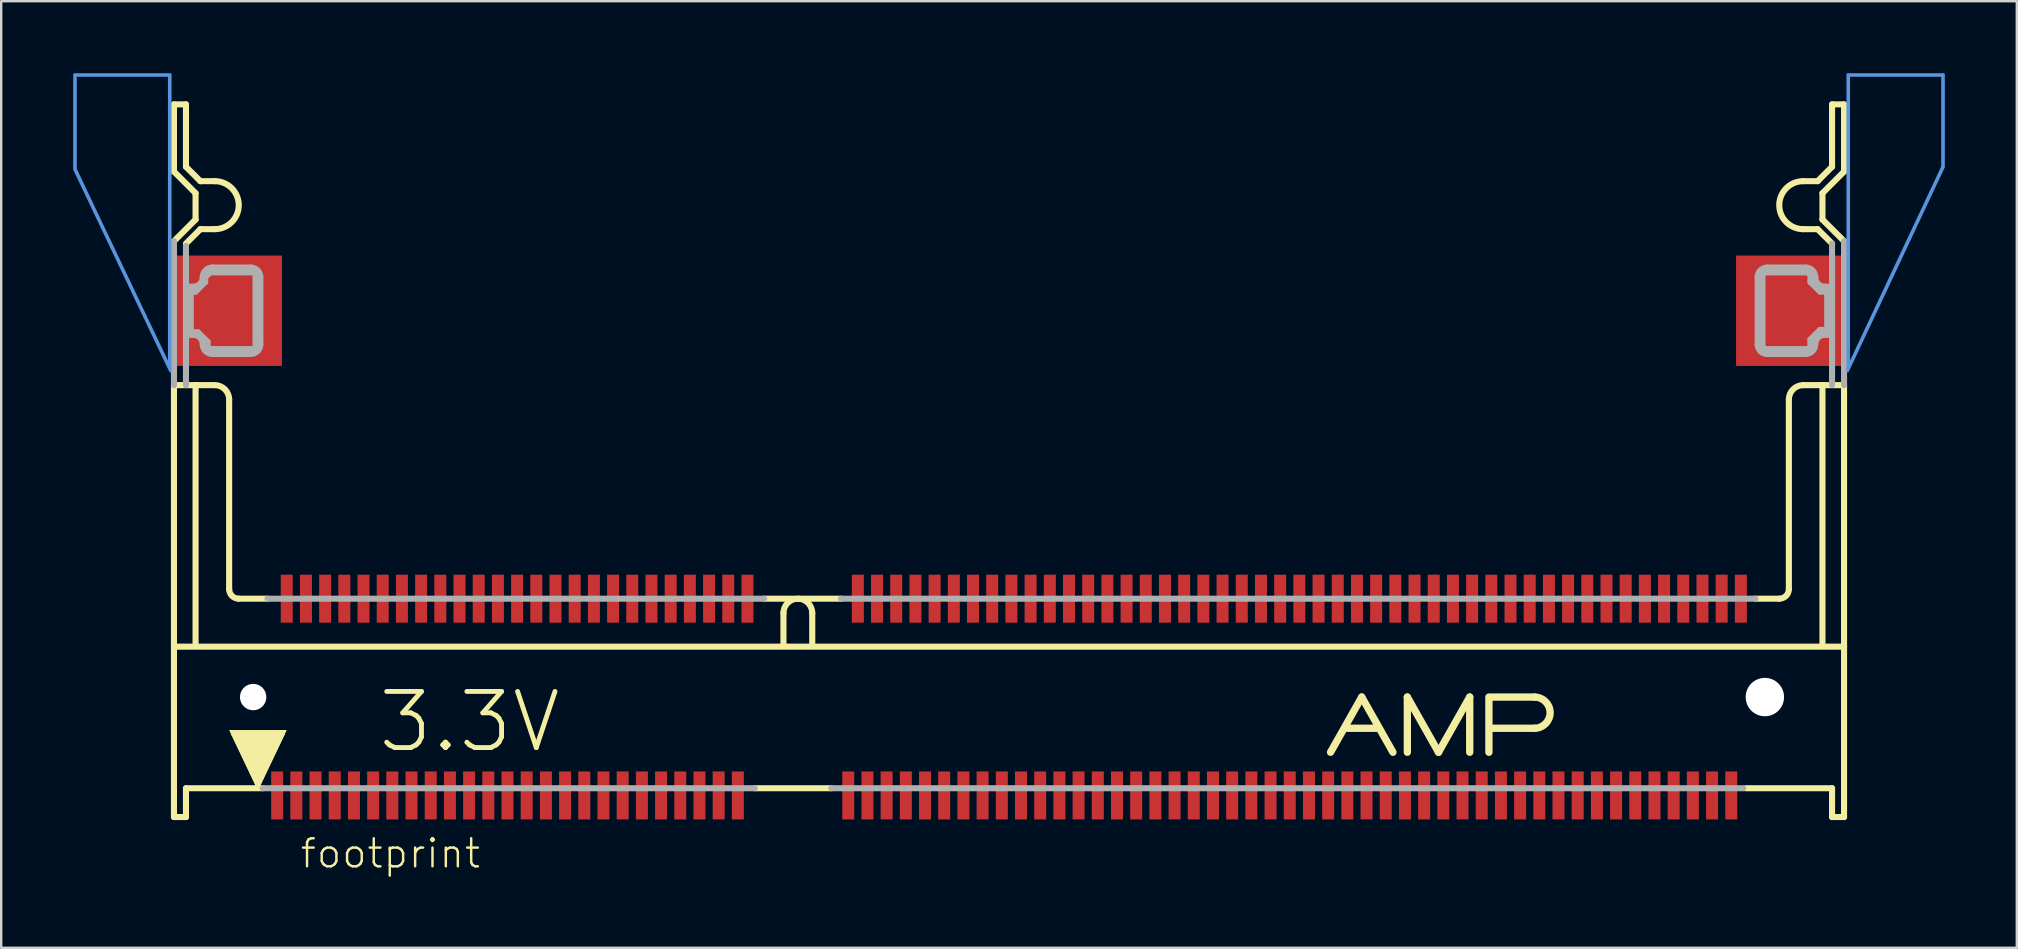
<source format=kicad_pcb>
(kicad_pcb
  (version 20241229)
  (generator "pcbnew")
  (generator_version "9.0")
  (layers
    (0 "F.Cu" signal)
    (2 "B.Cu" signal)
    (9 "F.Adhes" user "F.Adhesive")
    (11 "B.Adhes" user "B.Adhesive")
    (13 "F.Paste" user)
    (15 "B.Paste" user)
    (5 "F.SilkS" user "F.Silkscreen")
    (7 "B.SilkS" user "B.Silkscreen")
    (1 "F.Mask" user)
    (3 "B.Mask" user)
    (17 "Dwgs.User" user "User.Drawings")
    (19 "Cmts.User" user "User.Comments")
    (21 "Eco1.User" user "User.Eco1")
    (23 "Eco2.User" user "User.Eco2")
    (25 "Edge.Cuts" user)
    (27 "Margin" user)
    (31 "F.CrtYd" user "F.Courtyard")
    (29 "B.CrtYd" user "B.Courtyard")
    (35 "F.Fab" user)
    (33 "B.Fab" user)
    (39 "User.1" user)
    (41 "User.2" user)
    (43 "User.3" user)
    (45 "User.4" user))
  (footprint "footprint"
    (layer "F.Cu")
    (at 39 26)
    (property "Reference" "footprint" (at -29.6 7.2 0) (layer "F.SilkS") (effects (font (size 1.168 1.168) (thickness 0.102)) (justify left bottom)))
    (fp_poly (pts (xy -34.8 -13.8) (xy -30.3 -13.8) (xy -30.3 -18.4) (xy -34.8 -18.4)) (stroke (width 0) (type solid)) (fill yes) (layer "F.Cu"))
    (fp_poly (pts (xy 30.3 -13.8) (xy 34.8 -13.8) (xy 34.8 -18.4) (xy 30.3 -18.4)) (stroke (width 0) (type solid)) (fill yes) (layer "F.Cu"))
    (fp_poly (pts (xy -34.9 -13.725) (xy -30.2 -13.725) (xy -30.2 -18.475) (xy -34.9 -18.475)) (stroke (width 0) (type solid)) (fill yes) (layer "F.Mask"))
    (fp_poly (pts (xy 30.225 -13.725) (xy 34.925 -13.725) (xy 34.925 -18.475) (xy 30.225 -18.475)) (stroke (width 0) (type solid)) (fill yes) (layer "F.Mask"))
    (fp_line (start -34.8 -24.7) (end -34.8 -21.9) (stroke (width 0.254) (type solid)) (layer "F.SilkS"))
    (fp_line (start -34.8 -21.9) (end -33.9 -21) (stroke (width 0.254) (type solid)) (layer "F.SilkS"))
    (fp_line (start -34.8 -2.1) (end -34.8 -13) (stroke (width 0.254) (type solid)) (layer "F.SilkS"))
    (fp_line (start -34.8 -2.1) (end 34.8 -2.1) (stroke (width 0.254) (type solid)) (layer "F.SilkS"))
    (fp_line (start -34.8 5) (end -34.8 -2.1) (stroke (width 0.254) (type solid)) (layer "F.SilkS"))
    (fp_line (start -34.3 -24.7) (end -34.8 -24.7) (stroke (width 0.254) (type solid)) (layer "F.SilkS"))
    (fp_line (start -34.3 -22.1) (end -34.3 -24.7) (stroke (width 0.254) (type solid)) (layer "F.SilkS"))
    (fp_line (start -34.3 -22.1) (end -33.7 -21.5) (stroke (width 0.254) (type solid)) (layer "F.SilkS"))
    (fp_line (start -34.3 3.8) (end -34.3 5) (stroke (width 0.254) (type solid)) (layer "F.SilkS"))
    (fp_line (start -34.3 5) (end -34.8 5) (stroke (width 0.254) (type solid)) (layer "F.SilkS"))
    (fp_line (start -33.9 -21) (end -33.9 -19.9) (stroke (width 0.254) (type solid)) (layer "F.SilkS"))
    (fp_line (start -33.9 -19.9) (end -34.8 -19) (stroke (width 0.254) (type solid)) (layer "F.SilkS"))
    (fp_line (start -33.9 -13) (end -34.8 -13) (stroke (width 0.254) (type solid)) (layer "F.SilkS"))
    (fp_line (start -33.9 -13) (end -33.1 -13) (stroke (width 0.254) (type solid)) (layer "F.SilkS"))
    (fp_line (start -33.9 -2.2) (end -33.9 -13) (stroke (width 0.254) (type solid)) (layer "F.SilkS"))
    (fp_line (start -33.7 -19.5) (end -34.3 -18.9) (stroke (width 0.254) (type solid)) (layer "F.SilkS"))
    (fp_line (start -33.1 -21.5) (end -33.7 -21.5) (stroke (width 0.254) (type solid)) (layer "F.SilkS"))
    (fp_line (start -33.1 -19.5) (end -33.7 -19.5) (stroke (width 0.254) (type solid)) (layer "F.SilkS"))
    (fp_line (start -32.5 -12.4) (end -32.5 -4.5) (stroke (width 0.254) (type solid)) (layer "F.SilkS"))
    (fp_line (start -32.3 1.5) (end -30.3 1.5) (stroke (width 0.254) (type solid)) (layer "F.SilkS"))
    (fp_line (start -32.1 -4.1) (end -30.9 -4.1) (stroke (width 0.254) (type solid)) (layer "F.SilkS"))
    (fp_line (start -31.3 3.6) (end -32.3 1.5) (stroke (width 0.254) (type solid)) (layer "F.SilkS"))
    (fp_line (start -31.1 3.8) (end -34.3 3.8) (stroke (width 0.254) (type solid)) (layer "F.SilkS"))
    (fp_line (start -30.3 1.5) (end -31.3 3.6) (stroke (width 0.254) (type solid)) (layer "F.SilkS"))
    (fp_line (start -10.2 -4.1) (end -7 -4.1) (stroke (width 0.254) (type solid)) (layer "F.SilkS"))
    (fp_line (start -9.4 -3.5) (end -9.4 -2.2) (stroke (width 0.254) (type solid)) (layer "F.SilkS"))
    (fp_line (start -8.2 -3.5) (end -8.2 -2.2) (stroke (width 0.254) (type solid)) (layer "F.SilkS"))
    (fp_line (start -7.4 3.8) (end -10.6 3.8) (stroke (width 0.254) (type solid)) (layer "F.SilkS"))
    (fp_line (start 14.1 1.3) (end 15.3 1.3) (stroke (width 0.305) (type solid)) (layer "F.SilkS"))
    (fp_line (start 14.7 0) (end 13.4 2.3) (stroke (width 0.305) (type solid)) (layer "F.SilkS"))
    (fp_line (start 14.7 0) (end 16 2.3) (stroke (width 0.305) (type solid)) (layer "F.SilkS"))
    (fp_line (start 16.6 0) (end 17.9 2.3) (stroke (width 0.305) (type solid)) (layer "F.SilkS"))
    (fp_line (start 16.6 2.3) (end 16.6 0) (stroke (width 0.305) (type solid)) (layer "F.SilkS"))
    (fp_line (start 17.9 2.3) (end 19.2 0) (stroke (width 0.305) (type solid)) (layer "F.SilkS"))
    (fp_line (start 19.2 0) (end 19.2 2.3) (stroke (width 0.305) (type solid)) (layer "F.SilkS"))
    (fp_line (start 20 2.3) (end 20 0) (stroke (width 0.305) (type solid)) (layer "F.SilkS"))
    (fp_line (start 20.1 0) (end 21.9 0) (stroke (width 0.305) (type solid)) (layer "F.SilkS"))
    (fp_line (start 20.1 1.3) (end 21.9 1.3) (stroke (width 0.305) (type solid)) (layer "F.SilkS"))
    (fp_line (start 32.1 -4.1) (end 31.1 -4.1) (stroke (width 0.254) (type solid)) (layer "F.SilkS"))
    (fp_line (start 32.5 -4.5) (end 32.5 -12.4) (stroke (width 0.254) (type solid)) (layer "F.SilkS"))
    (fp_line (start 33.1 -21.5) (end 33.7 -21.5) (stroke (width 0.254) (type solid)) (layer "F.SilkS"))
    (fp_line (start 33.1 -19.5) (end 33.7 -19.5) (stroke (width 0.254) (type solid)) (layer "F.SilkS"))
    (fp_line (start 33.1 -13) (end 33.9 -13) (stroke (width 0.254) (type solid)) (layer "F.SilkS"))
    (fp_line (start 33.7 -19.5) (end 34.3 -18.9) (stroke (width 0.254) (type solid)) (layer "F.SilkS"))
    (fp_line (start 33.9 -21) (end 33.9 -19.9) (stroke (width 0.254) (type solid)) (layer "F.SilkS"))
    (fp_line (start 33.9 -19.9) (end 34.8 -19) (stroke (width 0.254) (type solid)) (layer "F.SilkS"))
    (fp_line (start 33.9 -13) (end 34.8 -13) (stroke (width 0.254) (type solid)) (layer "F.SilkS"))
    (fp_line (start 33.9 -2.2) (end 33.9 -13) (stroke (width 0.254) (type solid)) (layer "F.SilkS"))
    (fp_line (start 34.3 -24.7) (end 34.8 -24.7) (stroke (width 0.254) (type solid)) (layer "F.SilkS"))
    (fp_line (start 34.3 -22.1) (end 33.7 -21.5) (stroke (width 0.254) (type solid)) (layer "F.SilkS"))
    (fp_line (start 34.3 -22.1) (end 34.3 -24.7) (stroke (width 0.254) (type solid)) (layer "F.SilkS"))
    (fp_line (start 34.3 3.8) (end 30.7 3.8) (stroke (width 0.254) (type solid)) (layer "F.SilkS"))
    (fp_line (start 34.3 5) (end 34.3 3.8) (stroke (width 0.254) (type solid)) (layer "F.SilkS"))
    (fp_line (start 34.8 -24.7) (end 34.8 -21.9) (stroke (width 0.254) (type solid)) (layer "F.SilkS"))
    (fp_line (start 34.8 -21.9) (end 33.9 -21) (stroke (width 0.254) (type solid)) (layer "F.SilkS"))
    (fp_line (start 34.8 -13) (end 34.8 -2.1) (stroke (width 0.254) (type solid)) (layer "F.SilkS"))
    (fp_line (start 34.8 -2.1) (end 34.8 5) (stroke (width 0.254) (type solid)) (layer "F.SilkS"))
    (fp_line (start 34.8 5) (end 34.3 5) (stroke (width 0.254) (type solid)) (layer "F.SilkS"))
    (fp_arc (start -33.1 -21.5) (mid -32.1 -20.5) (end -33.1 -19.5) (stroke (width 0.254) (type solid)) (layer "F.SilkS"))
    (fp_arc (start -33.1 -13) (mid -32.675736 -12.824264) (end -32.5 -12.4) (stroke (width 0.254) (type solid)) (layer "F.SilkS"))
    (fp_arc (start -32.1 -4.1) (mid -32.382843 -4.217157) (end -32.5 -4.5) (stroke (width 0.254) (type solid)) (layer "F.SilkS"))
    (fp_arc (start -9.4 -3.5) (mid -8.8 -4.1) (end -8.2 -3.5) (stroke (width 0.254) (type solid)) (layer "F.SilkS"))
    (fp_arc (start 21.9 0) (mid 22.55 0.65) (end 21.9 1.3) (stroke (width 0.3048) (type solid)) (layer "F.SilkS"))
    (fp_arc (start 32.5 -12.4) (mid 32.675736 -12.824264) (end 33.1 -13) (stroke (width 0.254) (type solid)) (layer "F.SilkS"))
    (fp_arc (start 32.5 -4.5) (mid 32.382843 -4.217157) (end 32.1 -4.1) (stroke (width 0.254) (type solid)) (layer "F.SilkS"))
    (fp_arc (start 33.1 -19.5) (mid 32.1 -20.5) (end 33.1 -21.5) (stroke (width 0.254) (type solid)) (layer "F.SilkS"))
    (fp_poly (pts (xy -31.3 3.895) (xy -32.501 1.373) (xy -30.099 1.373)) (stroke (width 0) (type solid)) (fill yes) (layer "F.SilkS"))
    (fp_poly (pts (xy -34.55 -14.025) (xy -30.775 -14.025) (xy -30.775 -18.2) (xy -34.55 -18.2)) (stroke (width 0) (type solid)) (fill yes) (layer "F.Paste"))
    (fp_poly (pts (xy 30.775 -14.025) (xy 34.55 -14.025) (xy 34.55 -18.2) (xy 30.775 -18.2)) (stroke (width 0) (type solid)) (fill yes) (layer "F.Paste"))
    (fp_line (start -38.9 -25.9) (end -35 -25.9) (stroke (width 0.1) (type solid)) (layer "Cmts.User"))
    (fp_line (start -38.9 -22) (end -38.9 -25.9) (stroke (width 0.1) (type solid)) (layer "Cmts.User"))
    (fp_line (start -35 -25.9) (end -35 -13.8) (stroke (width 0.1) (type solid)) (layer "Cmts.User"))
    (fp_line (start -35 -13.8) (end -38.9 -22) (stroke (width 0.1) (type solid)) (layer "Cmts.User"))
    (fp_line (start 35 -25.9) (end 38.9 -25.9) (stroke (width 0.1) (type solid)) (layer "Cmts.User"))
    (fp_line (start 35 -13.8) (end 35 -25.9) (stroke (width 0.1) (type solid)) (layer "Cmts.User"))
    (fp_line (start 38.9 -25.9) (end 38.9 -22.1) (stroke (width 0.1) (type solid)) (layer "Cmts.User"))
    (fp_line (start 38.9 -22.1) (end 35 -13.8) (stroke (width 0.1) (type solid)) (layer "Cmts.User"))
    (fp_poly (pts (xy -34.95 -13.578) (xy -38.95 -21.989) (xy -38.95 -25.95) (xy -34.95 -25.95)) (stroke (width 0.1) (type solid)) (fill no) (layer "Cmts.User"))
    (fp_poly (pts (xy 38.95 -22.089) (xy 34.95 -13.576) (xy 34.95 -25.95) (xy 38.95 -25.95)) (stroke (width 0.1) (type solid)) (fill no) (layer "Cmts.User"))
    (fp_line (start -34.8 -13) (end -34.8 -19) (stroke (width 0.254) (type solid)) (layer "F.Fab"))
    (fp_line (start -34.3 -13) (end -34.3 -18.8) (stroke (width 0.254) (type solid)) (layer "F.Fab"))
    (fp_line (start -34.1 -16.9) (end -33.9 -16.9) (stroke (width 0.254) (type solid)) (layer "F.Fab"))
    (fp_line (start -34.1 -15.2) (end -34.1 -16.9) (stroke (width 0.254) (type solid)) (layer "F.Fab"))
    (fp_line (start -34 -17.1) (end -34.2 -17.1) (stroke (width 0.254) (type solid)) (layer "F.Fab"))
    (fp_line (start -34 -15.1) (end -34.2 -15.1) (stroke (width 0.254) (type solid)) (layer "F.Fab"))
    (fp_line (start -33.9 -16.9) (end -33.5 -17.3) (stroke (width 0.254) (type solid)) (layer "F.Fab"))
    (fp_line (start -33.8 -15.2) (end -34.1 -15.2) (stroke (width 0.254) (type solid)) (layer "F.Fab"))
    (fp_line (start -33.5 -17.5) (end -33.3 -17.7) (stroke (width 0.254) (type solid)) (layer "F.Fab"))
    (fp_line (start -33.5 -17.3) (end -33.5 -17.5) (stroke (width 0.254) (type solid)) (layer "F.Fab"))
    (fp_line (start -33.4 -14.8) (end -33.8 -15.2) (stroke (width 0.254) (type solid)) (layer "F.Fab"))
    (fp_line (start -33.4 -14.6) (end -33.4 -14.8) (stroke (width 0.254) (type solid)) (layer "F.Fab"))
    (fp_line (start -33.3 -17.7) (end -31.4 -17.7) (stroke (width 0.254) (type solid)) (layer "F.Fab"))
    (fp_line (start -33.3 -14.5) (end -33.4 -14.6) (stroke (width 0.254) (type solid)) (layer "F.Fab"))
    (fp_line (start -33.2 -17.9) (end -31.6 -17.9) (stroke (width 0.254) (type solid)) (layer "F.Fab"))
    (fp_line (start -31.6 -14.3) (end -33.2 -14.3) (stroke (width 0.254) (type solid)) (layer "F.Fab"))
    (fp_line (start -31.4 -17.7) (end -31.4 -14.5) (stroke (width 0.254) (type solid)) (layer "F.Fab"))
    (fp_line (start -31.4 -14.5) (end -33.3 -14.5) (stroke (width 0.254) (type solid)) (layer "F.Fab"))
    (fp_line (start -31.2 -17.5) (end -31.2 -14.7) (stroke (width 0.254) (type solid)) (layer "F.Fab"))
    (fp_line (start -31.1 3.8) (end -10.6 3.8) (stroke (width 0.254) (type solid)) (layer "F.Fab"))
    (fp_line (start -30.9 -4.1) (end -10.2 -4.1) (stroke (width 0.254) (type solid)) (layer "F.Fab"))
    (fp_line (start -7.4 3.8) (end 30.6 3.8) (stroke (width 0.254) (type solid)) (layer "F.Fab"))
    (fp_line (start -7 -4.1) (end 31.1 -4.1) (stroke (width 0.254) (type solid)) (layer "F.Fab"))
    (fp_line (start 31.2 -17.5) (end 31.2 -14.7) (stroke (width 0.254) (type solid)) (layer "F.Fab"))
    (fp_line (start 31.4 -17.6) (end 31.5 -17.7) (stroke (width 0.254) (type solid)) (layer "F.Fab"))
    (fp_line (start 31.4 -14.6) (end 31.4 -17.6) (stroke (width 0.254) (type solid)) (layer "F.Fab"))
    (fp_line (start 31.5 -17.7) (end 33.3 -17.7) (stroke (width 0.254) (type solid)) (layer "F.Fab"))
    (fp_line (start 31.5 -14.5) (end 31.4 -14.6) (stroke (width 0.254) (type solid)) (layer "F.Fab"))
    (fp_line (start 31.6 -14.3) (end 33.2 -14.3) (stroke (width 0.254) (type solid)) (layer "F.Fab"))
    (fp_line (start 33.2 -17.9) (end 31.6 -17.9) (stroke (width 0.254) (type solid)) (layer "F.Fab"))
    (fp_line (start 33.3 -17.7) (end 33.4 -17.6) (stroke (width 0.254) (type solid)) (layer "F.Fab"))
    (fp_line (start 33.3 -14.5) (end 31.5 -14.5) (stroke (width 0.254) (type solid)) (layer "F.Fab"))
    (fp_line (start 33.4 -17.6) (end 33.4 -17.3) (stroke (width 0.254) (type solid)) (layer "F.Fab"))
    (fp_line (start 33.4 -17.3) (end 33.8 -16.9) (stroke (width 0.254) (type solid)) (layer "F.Fab"))
    (fp_line (start 33.4 -14.9) (end 33.4 -14.6) (stroke (width 0.254) (type solid)) (layer "F.Fab"))
    (fp_line (start 33.4 -14.6) (end 33.3 -14.5) (stroke (width 0.254) (type solid)) (layer "F.Fab"))
    (fp_line (start 33.8 -16.9) (end 34.1 -16.9) (stroke (width 0.254) (type solid)) (layer "F.Fab"))
    (fp_line (start 33.8 -15.3) (end 33.4 -14.9) (stroke (width 0.254) (type solid)) (layer "F.Fab"))
    (fp_line (start 34 -17.1) (end 34.2 -17.1) (stroke (width 0.254) (type solid)) (layer "F.Fab"))
    (fp_line (start 34 -15.1) (end 34.2 -15.1) (stroke (width 0.254) (type solid)) (layer "F.Fab"))
    (fp_line (start 34.1 -16.9) (end 34.1 -15.3) (stroke (width 0.254) (type solid)) (layer "F.Fab"))
    (fp_line (start 34.1 -15.3) (end 33.8 -15.3) (stroke (width 0.254) (type solid)) (layer "F.Fab"))
    (fp_line (start 34.3 -18.9) (end 34.3 -13) (stroke (width 0.254) (type solid)) (layer "F.Fab"))
    (fp_line (start 34.8 -19) (end 34.8 -13) (stroke (width 0.254) (type solid)) (layer "F.Fab"))
    (fp_arc (start -34 -15.1) (mid -33.717157 -14.982843) (end -33.6 -14.7) (stroke (width 0.254) (type solid)) (layer "F.Fab"))
    (fp_arc (start -33.6 -17.5) (mid -33.717157 -17.217157) (end -34 -17.1) (stroke (width 0.254) (type solid)) (layer "F.Fab"))
    (fp_arc (start -33.6 -17.5) (mid -33.482843 -17.782843) (end -33.2 -17.9) (stroke (width 0.254) (type solid)) (layer "F.Fab"))
    (fp_arc (start -33.2 -14.3) (mid -33.482843 -14.417157) (end -33.6 -14.7) (stroke (width 0.254) (type solid)) (layer "F.Fab"))
    (fp_arc (start -31.6 -17.9) (mid -31.317157 -17.782843) (end -31.2 -17.5) (stroke (width 0.254) (type solid)) (layer "F.Fab"))
    (fp_arc (start -31.2 -14.7) (mid -31.317157 -14.417157) (end -31.6 -14.3) (stroke (width 0.254) (type solid)) (layer "F.Fab"))
    (fp_arc (start 31.2 -17.5) (mid 31.317157 -17.782843) (end 31.6 -17.9) (stroke (width 0.254) (type solid)) (layer "F.Fab"))
    (fp_arc (start 31.6 -14.3) (mid 31.317157 -14.417157) (end 31.2 -14.7) (stroke (width 0.254) (type solid)) (layer "F.Fab"))
    (fp_arc (start 33.2 -17.9) (mid 33.482843 -17.782843) (end 33.6 -17.5) (stroke (width 0.254) (type solid)) (layer "F.Fab"))
    (fp_arc (start 33.6 -14.7) (mid 33.482843 -14.417157) (end 33.2 -14.3) (stroke (width 0.254) (type solid)) (layer "F.Fab"))
    (fp_arc (start 33.6 -14.7) (mid 33.717157 -14.982843) (end 34 -15.1) (stroke (width 0.254) (type solid)) (layer "F.Fab"))
    (fp_arc (start 34 -17.1) (mid 33.717157 -17.217157) (end 33.6 -17.5) (stroke (width 0.254) (type solid)) (layer "F.Fab"))
    (fp_poly (pts (xy -31.273 -14.373) (xy -33.353 -14.373) (xy -33.527 -14.547) (xy -33.527 -14.747) (xy -33.853 -15.073) (xy -34.227 -15.073) (xy -34.227 -17.027) (xy -33.953 -17.027) (xy -33.627 -17.353) (xy -33.627 -17.553) (xy -33.353 -17.827) (xy -31.273 -17.827)) (stroke (width 0.1) (type solid)) (fill no) (layer "F.Fab"))
    (fp_poly (pts (xy 33.527 -17.653) (xy 33.527 -17.353) (xy 33.853 -17.027) (xy 34.227 -17.027) (xy 34.227 -15.173) (xy 33.853 -15.173) (xy 33.527 -14.847) (xy 33.527 -14.547) (xy 33.353 -14.373) (xy 31.447 -14.373) (xy 31.273 -14.547) (xy 31.273 -17.653) (xy 31.447 -17.827) (xy 33.353 -17.827)) (stroke (width 0.1) (type solid)) (fill no) (layer "F.Fab"))
    (fp_text user "3.3V" (at -26.4 2.4 0) (layer "F.SilkS") (effects (font (size 2.337 2.337) (thickness 0.203)) (justify left bottom)))
    (pad "" np_thru_hole circle (at -31.5 0) (size 1.1 1.1) (drill 1.1) (layers "*.Cu" "*.Mask"))
    (pad "" np_thru_hole circle (at 31.5 0) (size 1.6 1.6) (drill 1.6) (layers "*.Cu" "*.Mask"))
    (pad "1" smd rect (at -30.5 4.1) (size 0.5 2) (layers "F.Cu" "F.Mask" "F.Paste"))
    (pad "2" smd rect (at -29.7 4.1) (size 0.5 2) (layers "F.Cu" "F.Mask" "F.Paste"))
    (pad "3" smd rect (at -28.9 4.1) (size 0.5 2) (layers "F.Cu" "F.Mask" "F.Paste"))
    (pad "4" smd rect (at -28.1 4.1) (size 0.5 2) (layers "F.Cu" "F.Mask" "F.Paste"))
    (pad "5" smd rect (at -27.3 4.1) (size 0.5 2) (layers "F.Cu" "F.Mask" "F.Paste"))
    (pad "6" smd rect (at -26.5 4.1) (size 0.5 2) (layers "F.Cu" "F.Mask" "F.Paste"))
    (pad "7" smd rect (at -25.7 4.1) (size 0.5 2) (layers "F.Cu" "F.Mask" "F.Paste"))
    (pad "8" smd rect (at -24.9 4.1) (size 0.5 2) (layers "F.Cu" "F.Mask" "F.Paste"))
    (pad "9" smd rect (at -24.1 4.1) (size 0.5 2) (layers "F.Cu" "F.Mask" "F.Paste"))
    (pad "10" smd rect (at -23.3 4.1) (size 0.5 2) (layers "F.Cu" "F.Mask" "F.Paste"))
    (pad "11" smd rect (at -22.5 4.1) (size 0.5 2) (layers "F.Cu" "F.Mask" "F.Paste"))
    (pad "12" smd rect (at -21.7 4.1) (size 0.5 2) (layers "F.Cu" "F.Mask" "F.Paste"))
    (pad "13" smd rect (at -20.9 4.1) (size 0.5 2) (layers "F.Cu" "F.Mask" "F.Paste"))
    (pad "14" smd rect (at -20.1 4.1) (size 0.5 2) (layers "F.Cu" "F.Mask" "F.Paste"))
    (pad "15" smd rect (at -19.3 4.1) (size 0.5 2) (layers "F.Cu" "F.Mask" "F.Paste"))
    (pad "16" smd rect (at -18.5 4.1) (size 0.5 2) (layers "F.Cu" "F.Mask" "F.Paste"))
    (pad "17" smd rect (at -17.7 4.1) (size 0.5 2) (layers "F.Cu" "F.Mask" "F.Paste"))
    (pad "18" smd rect (at -16.9 4.1) (size 0.5 2) (layers "F.Cu" "F.Mask" "F.Paste"))
    (pad "19" smd rect (at -16.1 4.1) (size 0.5 2) (layers "F.Cu" "F.Mask" "F.Paste"))
    (pad "20" smd rect (at -15.3 4.1) (size 0.5 2) (layers "F.Cu" "F.Mask" "F.Paste"))
    (pad "21" smd rect (at -14.5 4.1) (size 0.5 2) (layers "F.Cu" "F.Mask" "F.Paste"))
    (pad "22" smd rect (at -13.7 4.1) (size 0.5 2) (layers "F.Cu" "F.Mask" "F.Paste"))
    (pad "23" smd rect (at -12.9 4.1) (size 0.5 2) (layers "F.Cu" "F.Mask" "F.Paste"))
    (pad "24" smd rect (at -12.1 4.1) (size 0.5 2) (layers "F.Cu" "F.Mask" "F.Paste"))
    (pad "25" smd rect (at -11.3 4.1) (size 0.5 2) (layers "F.Cu" "F.Mask" "F.Paste"))
    (pad "26" smd rect (at -6.7 4.1) (size 0.5 2) (layers "F.Cu" "F.Mask" "F.Paste"))
    (pad "27" smd rect (at -5.9 4.1) (size 0.5 2) (layers "F.Cu" "F.Mask" "F.Paste"))
    (pad "28" smd rect (at -5.1 4.1) (size 0.5 2) (layers "F.Cu" "F.Mask" "F.Paste"))
    (pad "29" smd rect (at -4.3 4.1) (size 0.5 2) (layers "F.Cu" "F.Mask" "F.Paste"))
    (pad "30" smd rect (at -3.5 4.1) (size 0.5 2) (layers "F.Cu" "F.Mask" "F.Paste"))
    (pad "31" smd rect (at -2.7 4.1) (size 0.5 2) (layers "F.Cu" "F.Mask" "F.Paste"))
    (pad "32" smd rect (at -1.9 4.1) (size 0.5 2) (layers "F.Cu" "F.Mask" "F.Paste"))
    (pad "33" smd rect (at -1.1 4.1) (size 0.5 2) (layers "F.Cu" "F.Mask" "F.Paste"))
    (pad "34" smd rect (at -0.3 4.1) (size 0.5 2) (layers "F.Cu" "F.Mask" "F.Paste"))
    (pad "35" smd rect (at 0.5 4.1) (size 0.5 2) (layers "F.Cu" "F.Mask" "F.Paste"))
    (pad "36" smd rect (at 1.3 4.1) (size 0.5 2) (layers "F.Cu" "F.Mask" "F.Paste"))
    (pad "37" smd rect (at 2.1 4.1) (size 0.5 2) (layers "F.Cu" "F.Mask" "F.Paste"))
    (pad "38" smd rect (at 2.9 4.1) (size 0.5 2) (layers "F.Cu" "F.Mask" "F.Paste"))
    (pad "39" smd rect (at 3.7 4.1) (size 0.5 2) (layers "F.Cu" "F.Mask" "F.Paste"))
    (pad "40" smd rect (at 4.5 4.1) (size 0.5 2) (layers "F.Cu" "F.Mask" "F.Paste"))
    (pad "41" smd rect (at 5.3 4.1) (size 0.5 2) (layers "F.Cu" "F.Mask" "F.Paste"))
    (pad "42" smd rect (at 6.1 4.1) (size 0.5 2) (layers "F.Cu" "F.Mask" "F.Paste"))
    (pad "43" smd rect (at 6.9 4.1) (size 0.5 2) (layers "F.Cu" "F.Mask" "F.Paste"))
    (pad "44" smd rect (at 7.7 4.1) (size 0.5 2) (layers "F.Cu" "F.Mask" "F.Paste"))
    (pad "45" smd rect (at 8.5 4.1) (size 0.5 2) (layers "F.Cu" "F.Mask" "F.Paste"))
    (pad "46" smd rect (at 9.3 4.1) (size 0.5 2) (layers "F.Cu" "F.Mask" "F.Paste"))
    (pad "47" smd rect (at 10.1 4.1) (size 0.5 2) (layers "F.Cu" "F.Mask" "F.Paste"))
    (pad "48" smd rect (at 10.9 4.1) (size 0.5 2) (layers "F.Cu" "F.Mask" "F.Paste"))
    (pad "49" smd rect (at 11.7 4.1) (size 0.5 2) (layers "F.Cu" "F.Mask" "F.Paste"))
    (pad "50" smd rect (at 12.5 4.1) (size 0.5 2) (layers "F.Cu" "F.Mask" "F.Paste"))
    (pad "51" smd rect (at 13.3 4.1) (size 0.5 2) (layers "F.Cu" "F.Mask" "F.Paste"))
    (pad "52" smd rect (at 14.1 4.1) (size 0.5 2) (layers "F.Cu" "F.Mask" "F.Paste"))
    (pad "53" smd rect (at 14.9 4.1) (size 0.5 2) (layers "F.Cu" "F.Mask" "F.Paste"))
    (pad "54" smd rect (at 15.7 4.1) (size 0.5 2) (layers "F.Cu" "F.Mask" "F.Paste"))
    (pad "55" smd rect (at 16.5 4.1) (size 0.5 2) (layers "F.Cu" "F.Mask" "F.Paste"))
    (pad "56" smd rect (at 17.3 4.1) (size 0.5 2) (layers "F.Cu" "F.Mask" "F.Paste"))
    (pad "57" smd rect (at 18.1 4.1) (size 0.5 2) (layers "F.Cu" "F.Mask" "F.Paste"))
    (pad "58" smd rect (at 18.9 4.1) (size 0.5 2) (layers "F.Cu" "F.Mask" "F.Paste"))
    (pad "59" smd rect (at 19.7 4.1) (size 0.5 2) (layers "F.Cu" "F.Mask" "F.Paste"))
    (pad "60" smd rect (at 20.5 4.1) (size 0.5 2) (layers "F.Cu" "F.Mask" "F.Paste"))
    (pad "61" smd rect (at 21.3 4.1) (size 0.5 2) (layers "F.Cu" "F.Mask" "F.Paste"))
    (pad "62" smd rect (at 22.1 4.1) (size 0.5 2) (layers "F.Cu" "F.Mask" "F.Paste"))
    (pad "63" smd rect (at 22.9 4.1) (size 0.5 2) (layers "F.Cu" "F.Mask" "F.Paste"))
    (pad "64" smd rect (at 23.7 4.1) (size 0.5 2) (layers "F.Cu" "F.Mask" "F.Paste"))
    (pad "65" smd rect (at 24.5 4.1) (size 0.5 2) (layers "F.Cu" "F.Mask" "F.Paste"))
    (pad "66" smd rect (at 25.3 4.1) (size 0.5 2) (layers "F.Cu" "F.Mask" "F.Paste"))
    (pad "67" smd rect (at 26.1 4.1) (size 0.5 2) (layers "F.Cu" "F.Mask" "F.Paste"))
    (pad "68" smd rect (at 26.9 4.1) (size 0.5 2) (layers "F.Cu" "F.Mask" "F.Paste"))
    (pad "69" smd rect (at 27.7 4.1) (size 0.5 2) (layers "F.Cu" "F.Mask" "F.Paste"))
    (pad "70" smd rect (at 28.5 4.1) (size 0.5 2) (layers "F.Cu" "F.Mask" "F.Paste"))
    (pad "71" smd rect (at 29.3 4.1) (size 0.5 2) (layers "F.Cu" "F.Mask" "F.Paste"))
    (pad "72" smd rect (at 30.1 4.1) (size 0.5 2) (layers "F.Cu" "F.Mask" "F.Paste"))
    (pad "73" smd rect (at -30.1 -4.1) (size 0.5 2) (layers "F.Cu" "F.Mask" "F.Paste"))
    (pad "74" smd rect (at -29.3 -4.1) (size 0.5 2) (layers "F.Cu" "F.Mask" "F.Paste"))
    (pad "75" smd rect (at -28.5 -4.1) (size 0.5 2) (layers "F.Cu" "F.Mask" "F.Paste"))
    (pad "76" smd rect (at -27.7 -4.1) (size 0.5 2) (layers "F.Cu" "F.Mask" "F.Paste"))
    (pad "77" smd rect (at -26.9 -4.1) (size 0.5 2) (layers "F.Cu" "F.Mask" "F.Paste"))
    (pad "78" smd rect (at -26.1 -4.1) (size 0.5 2) (layers "F.Cu" "F.Mask" "F.Paste"))
    (pad "79" smd rect (at -25.3 -4.1) (size 0.5 2) (layers "F.Cu" "F.Mask" "F.Paste"))
    (pad "80" smd rect (at -24.5 -4.1) (size 0.5 2) (layers "F.Cu" "F.Mask" "F.Paste"))
    (pad "81" smd rect (at -23.7 -4.1) (size 0.5 2) (layers "F.Cu" "F.Mask" "F.Paste"))
    (pad "82" smd rect (at -22.9 -4.1) (size 0.5 2) (layers "F.Cu" "F.Mask" "F.Paste"))
    (pad "83" smd rect (at -22.1 -4.1) (size 0.5 2) (layers "F.Cu" "F.Mask" "F.Paste"))
    (pad "84" smd rect (at -21.3 -4.1) (size 0.5 2) (layers "F.Cu" "F.Mask" "F.Paste"))
    (pad "85" smd rect (at -20.5 -4.1) (size 0.5 2) (layers "F.Cu" "F.Mask" "F.Paste"))
    (pad "86" smd rect (at -19.7 -4.1) (size 0.5 2) (layers "F.Cu" "F.Mask" "F.Paste"))
    (pad "87" smd rect (at -18.9 -4.1) (size 0.5 2) (layers "F.Cu" "F.Mask" "F.Paste"))
    (pad "88" smd rect (at -18.1 -4.1) (size 0.5 2) (layers "F.Cu" "F.Mask" "F.Paste"))
    (pad "89" smd rect (at -17.3 -4.1) (size 0.5 2) (layers "F.Cu" "F.Mask" "F.Paste"))
    (pad "90" smd rect (at -16.5 -4.1) (size 0.5 2) (layers "F.Cu" "F.Mask" "F.Paste"))
    (pad "91" smd rect (at -15.7 -4.1) (size 0.5 2) (layers "F.Cu" "F.Mask" "F.Paste"))
    (pad "92" smd rect (at -14.9 -4.1) (size 0.5 2) (layers "F.Cu" "F.Mask" "F.Paste"))
    (pad "93" smd rect (at -14.1 -4.1) (size 0.5 2) (layers "F.Cu" "F.Mask" "F.Paste"))
    (pad "94" smd rect (at -13.3 -4.1) (size 0.5 2) (layers "F.Cu" "F.Mask" "F.Paste"))
    (pad "95" smd rect (at -12.5 -4.1) (size 0.5 2) (layers "F.Cu" "F.Mask" "F.Paste"))
    (pad "96" smd rect (at -11.7 -4.1) (size 0.5 2) (layers "F.Cu" "F.Mask" "F.Paste"))
    (pad "97" smd rect (at -10.9 -4.1) (size 0.5 2) (layers "F.Cu" "F.Mask" "F.Paste"))
    (pad "98" smd rect (at -6.3 -4.1) (size 0.5 2) (layers "F.Cu" "F.Mask" "F.Paste"))
    (pad "99" smd rect (at -5.5 -4.1) (size 0.5 2) (layers "F.Cu" "F.Mask" "F.Paste"))
    (pad "100" smd rect (at -4.7 -4.1) (size 0.5 2) (layers "F.Cu" "F.Mask" "F.Paste"))
    (pad "101" smd rect (at -3.9 -4.1) (size 0.5 2) (layers "F.Cu" "F.Mask" "F.Paste"))
    (pad "102" smd rect (at -3.1 -4.1) (size 0.5 2) (layers "F.Cu" "F.Mask" "F.Paste"))
    (pad "103" smd rect (at -2.3 -4.1) (size 0.5 2) (layers "F.Cu" "F.Mask" "F.Paste"))
    (pad "104" smd rect (at -1.5 -4.1) (size 0.5 2) (layers "F.Cu" "F.Mask" "F.Paste"))
    (pad "105" smd rect (at -0.7 -4.1) (size 0.5 2) (layers "F.Cu" "F.Mask" "F.Paste"))
    (pad "106" smd rect (at 0.1 -4.1) (size 0.5 2) (layers "F.Cu" "F.Mask" "F.Paste"))
    (pad "107" smd rect (at 0.9 -4.1) (size 0.5 2) (layers "F.Cu" "F.Mask" "F.Paste"))
    (pad "108" smd rect (at 1.7 -4.1) (size 0.5 2) (layers "F.Cu" "F.Mask" "F.Paste"))
    (pad "109" smd rect (at 2.5 -4.1) (size 0.5 2) (layers "F.Cu" "F.Mask" "F.Paste"))
    (pad "110" smd rect (at 3.3 -4.1) (size 0.5 2) (layers "F.Cu" "F.Mask" "F.Paste"))
    (pad "111" smd rect (at 4.1 -4.1) (size 0.5 2) (layers "F.Cu" "F.Mask" "F.Paste"))
    (pad "112" smd rect (at 4.9 -4.1) (size 0.5 2) (layers "F.Cu" "F.Mask" "F.Paste"))
    (pad "113" smd rect (at 5.7 -4.1) (size 0.5 2) (layers "F.Cu" "F.Mask" "F.Paste"))
    (pad "114" smd rect (at 6.5 -4.1) (size 0.5 2) (layers "F.Cu" "F.Mask" "F.Paste"))
    (pad "115" smd rect (at 7.3 -4.1) (size 0.5 2) (layers "F.Cu" "F.Mask" "F.Paste"))
    (pad "116" smd rect (at 8.1 -4.1) (size 0.5 2) (layers "F.Cu" "F.Mask" "F.Paste"))
    (pad "117" smd rect (at 8.9 -4.1) (size 0.5 2) (layers "F.Cu" "F.Mask" "F.Paste"))
    (pad "118" smd rect (at 9.7 -4.1) (size 0.5 2) (layers "F.Cu" "F.Mask" "F.Paste"))
    (pad "119" smd rect (at 10.5 -4.1) (size 0.5 2) (layers "F.Cu" "F.Mask" "F.Paste"))
    (pad "120" smd rect (at 11.3 -4.1) (size 0.5 2) (layers "F.Cu" "F.Mask" "F.Paste"))
    (pad "121" smd rect (at 12.1 -4.1) (size 0.5 2) (layers "F.Cu" "F.Mask" "F.Paste"))
    (pad "122" smd rect (at 12.9 -4.1) (size 0.5 2) (layers "F.Cu" "F.Mask" "F.Paste"))
    (pad "123" smd rect (at 13.7 -4.1) (size 0.5 2) (layers "F.Cu" "F.Mask" "F.Paste"))
    (pad "124" smd rect (at 14.5 -4.1) (size 0.5 2) (layers "F.Cu" "F.Mask" "F.Paste"))
    (pad "125" smd rect (at 15.3 -4.1) (size 0.5 2) (layers "F.Cu" "F.Mask" "F.Paste"))
    (pad "126" smd rect (at 16.1 -4.1) (size 0.5 2) (layers "F.Cu" "F.Mask" "F.Paste"))
    (pad "127" smd rect (at 16.9 -4.1) (size 0.5 2) (layers "F.Cu" "F.Mask" "F.Paste"))
    (pad "128" smd rect (at 17.7 -4.1) (size 0.5 2) (layers "F.Cu" "F.Mask" "F.Paste"))
    (pad "129" smd rect (at 18.5 -4.1) (size 0.5 2) (layers "F.Cu" "F.Mask" "F.Paste"))
    (pad "130" smd rect (at 19.3 -4.1) (size 0.5 2) (layers "F.Cu" "F.Mask" "F.Paste"))
    (pad "131" smd rect (at 20.1 -4.1) (size 0.5 2) (layers "F.Cu" "F.Mask" "F.Paste"))
    (pad "132" smd rect (at 20.9 -4.1) (size 0.5 2) (layers "F.Cu" "F.Mask" "F.Paste"))
    (pad "133" smd rect (at 21.7 -4.1) (size 0.5 2) (layers "F.Cu" "F.Mask" "F.Paste"))
    (pad "134" smd rect (at 22.5 -4.1) (size 0.5 2) (layers "F.Cu" "F.Mask" "F.Paste"))
    (pad "135" smd rect (at 23.3 -4.1) (size 0.5 2) (layers "F.Cu" "F.Mask" "F.Paste"))
    (pad "136" smd rect (at 24.1 -4.1) (size 0.5 2) (layers "F.Cu" "F.Mask" "F.Paste"))
    (pad "137" smd rect (at 24.9 -4.1) (size 0.5 2) (layers "F.Cu" "F.Mask" "F.Paste"))
    (pad "138" smd rect (at 25.7 -4.1) (size 0.5 2) (layers "F.Cu" "F.Mask" "F.Paste"))
    (pad "139" smd rect (at 26.5 -4.1) (size 0.5 2) (layers "F.Cu" "F.Mask" "F.Paste"))
    (pad "140" smd rect (at 27.3 -4.1) (size 0.5 2) (layers "F.Cu" "F.Mask" "F.Paste"))
    (pad "141" smd rect (at 28.1 -4.1) (size 0.5 2) (layers "F.Cu" "F.Mask" "F.Paste"))
    (pad "142" smd rect (at 28.9 -4.1) (size 0.5 2) (layers "F.Cu" "F.Mask" "F.Paste"))
    (pad "143" smd rect (at 29.7 -4.1) (size 0.5 2) (layers "F.Cu" "F.Mask" "F.Paste"))
    (pad "144" smd rect (at 30.5 -4.1) (size 0.5 2) (layers "F.Cu" "F.Mask" "F.Paste")))
  (gr_rect
    (start -3 -3)
    (end 81 36.45)
    (stroke (width 0.1) (type default))
    (fill no)
    (layer "Edge.Cuts")))
</source>
